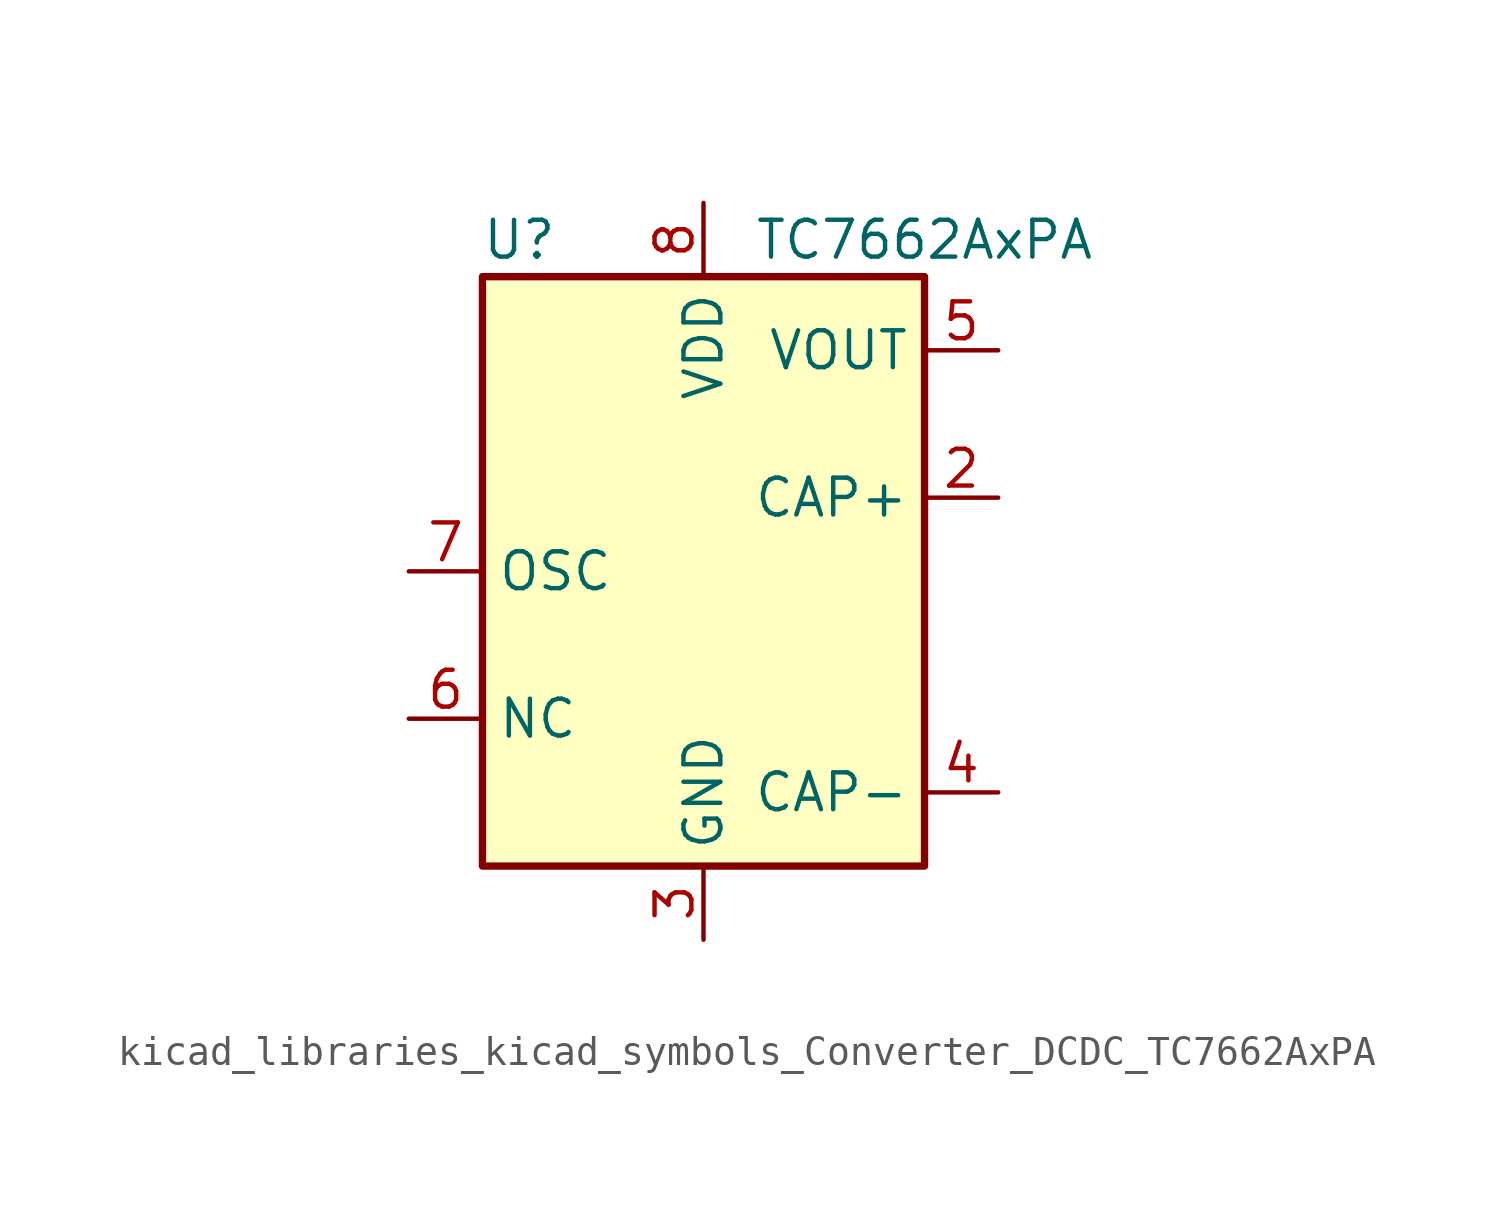
<source format=kicad_sym>
(kicad_symbol_lib
  (version 20220914)
  (generator kicad_symbol_editor)
  (symbol "kicad_libraries_kicad_symbols_Converter_DCDC_TC7662AxPA"
    (property "Reference" "U"
      (at -6.35 11.43 0)
      (effects (font (size 1.27 1.27))))
    (property "Value" "TC7662AxPA"
      (at 7.62 11.43 0)
      (effects (font (size 1.27 1.27))))
    (symbol "kicad_libraries_kicad_symbols_Converter_DCDC_TC7662AxPA_0_1"
      (rectangle (start -7.62 10.16) (end 7.62 -10.16) (stroke (width 0.254) (type default)) (fill (type background))))
    (symbol "kicad_libraries_kicad_symbols_Converter_DCDC_TC7662AxPA_1_1"
      (pin no_connect line (at -7.62 5.08 0) (length 2.54) hide (name "NC" (effects (font (size 1.27 1.27)))) (number "1" (effects (font (size 1.27 1.27)))))
      (pin passive line (at 10.16 2.54 180) (length 2.54) (name "CAP+" (effects (font (size 1.27 1.27)))) (number "2" (effects (font (size 1.27 1.27)))))
      (pin power_in line (at 0 -12.7 90) (length 2.54) (name "GND" (effects (font (size 1.27 1.27)))) (number "3" (effects (font (size 1.27 1.27)))))
      (pin passive line (at 10.16 -7.62 180) (length 2.54) (name "CAP-" (effects (font (size 1.27 1.27)))) (number "4" (effects (font (size 1.27 1.27)))))
      (pin power_out line (at 10.16 7.62 180) (length 2.54) (name "VOUT" (effects (font (size 1.27 1.27)))) (number "5" (effects (font (size 1.27 1.27)))))
      (pin passive line (at -10.16 -5.08 0) (length 2.54) (name "NC" (effects (font (size 1.27 1.27)))) (number "6" (effects (font (size 1.27 1.27)))))
      (pin passive line (at -10.16 0 0) (length 2.54) (name "OSC" (effects (font (size 1.27 1.27)))) (number "7" (effects (font (size 1.27 1.27)))))
      (pin power_in line (at 0 12.7 270) (length 2.54) (name "VDD" (effects (font (size 1.27 1.27)))) (number "8" (effects (font (size 1.27 1.27))))))))
</source>
